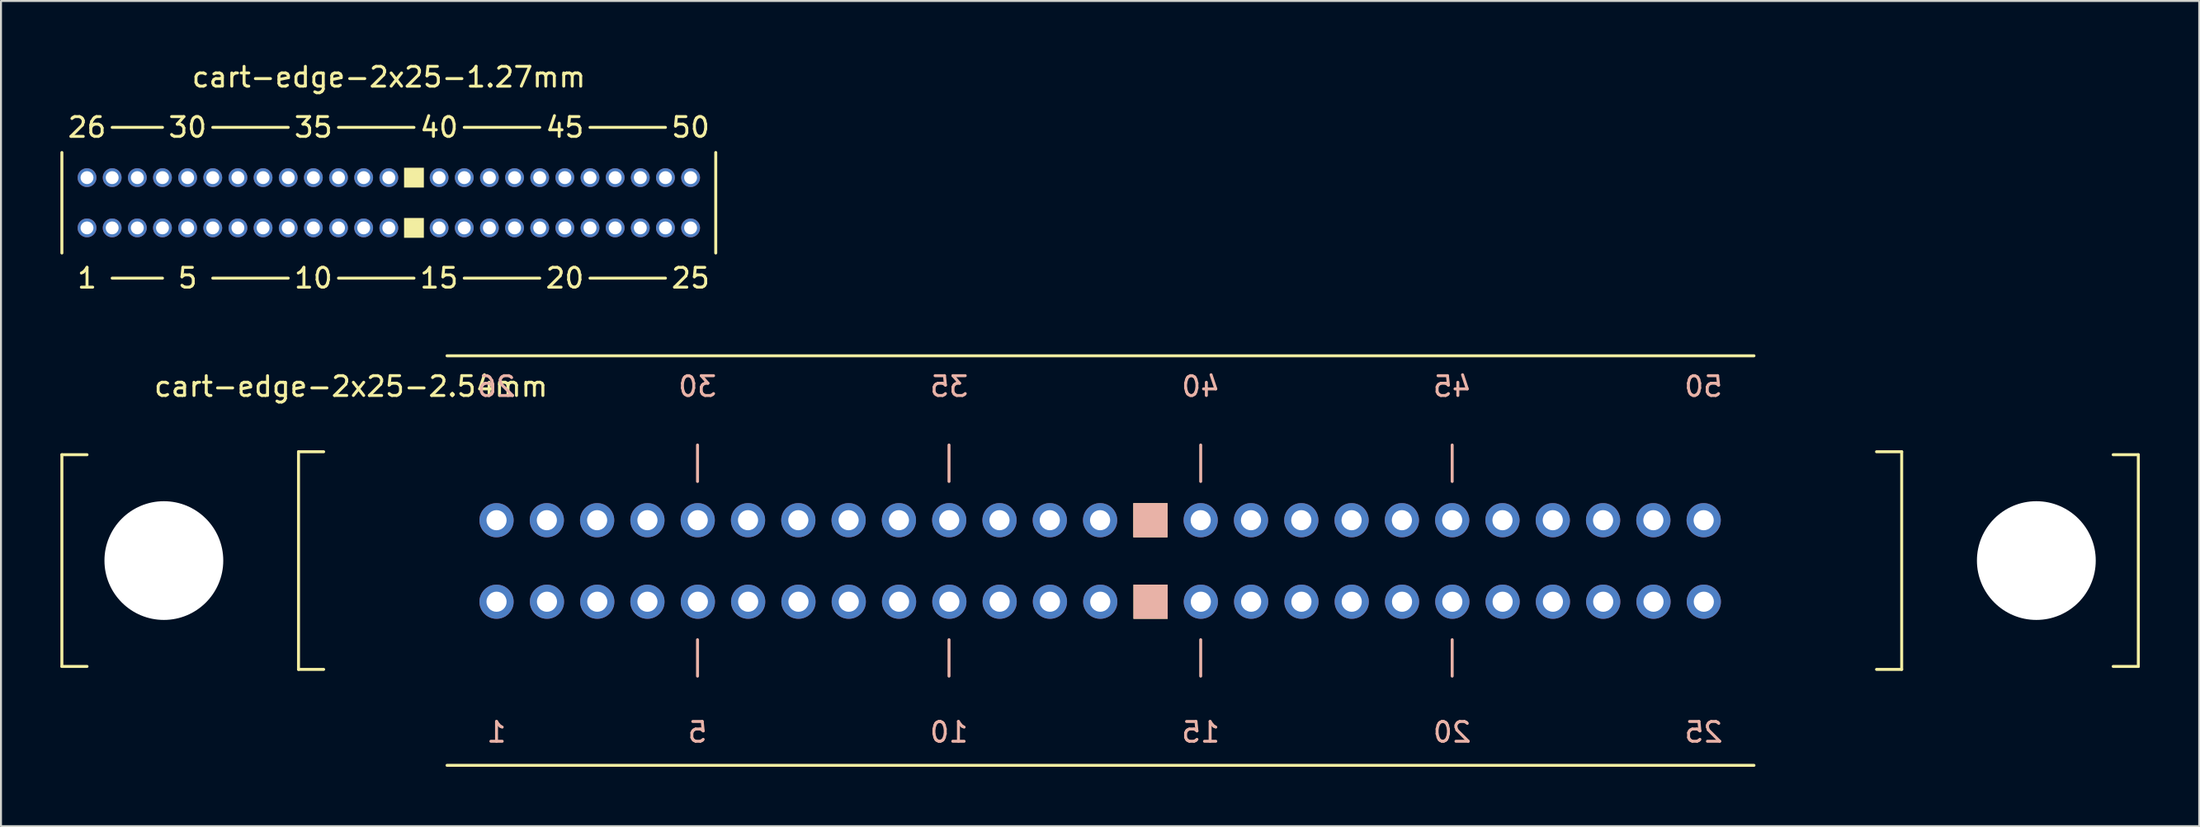
<source format=kicad_pcb>
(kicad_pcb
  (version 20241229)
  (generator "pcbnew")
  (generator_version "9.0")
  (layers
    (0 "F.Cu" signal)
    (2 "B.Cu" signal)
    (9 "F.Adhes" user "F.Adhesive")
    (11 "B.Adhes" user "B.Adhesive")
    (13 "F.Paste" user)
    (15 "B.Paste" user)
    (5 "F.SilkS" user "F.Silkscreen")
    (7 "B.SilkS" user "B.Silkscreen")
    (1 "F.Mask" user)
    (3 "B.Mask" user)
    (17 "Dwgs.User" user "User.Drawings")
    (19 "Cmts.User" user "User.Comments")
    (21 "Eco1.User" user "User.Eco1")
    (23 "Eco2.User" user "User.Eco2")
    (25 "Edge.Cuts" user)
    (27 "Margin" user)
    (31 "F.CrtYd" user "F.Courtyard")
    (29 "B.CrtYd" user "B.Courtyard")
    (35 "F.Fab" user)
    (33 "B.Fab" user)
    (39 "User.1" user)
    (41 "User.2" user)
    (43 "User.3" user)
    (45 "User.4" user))
  (footprint "cart-edge-2x25-1.27mm"
    (layer "F.Cu")
    (at 1.345 5.928)
    (property "Reference" "cart-edge-2x25-1.27mm" (at 15.24 -5.08 0) (layer "F.SilkS") (effects (font (size 1 1) (thickness 0.15))))
    (attr through_hole)
    (fp_line (start -1.27 -1.27) (end -1.27 3.81) (stroke (width 0.15) (type solid)) (layer "F.SilkS"))
    (fp_line (start 1.27 -2.54) (end 3.81 -2.54) (stroke (width 0.15) (type solid)) (layer "F.SilkS"))
    (fp_line (start 1.27 5.08) (end 3.81 5.08) (stroke (width 0.15) (type solid)) (layer "F.SilkS"))
    (fp_line (start 6.35 -2.54) (end 10.16 -2.54) (stroke (width 0.15) (type solid)) (layer "F.SilkS"))
    (fp_line (start 6.35 5.08) (end 10.16 5.08) (stroke (width 0.15) (type solid)) (layer "F.SilkS"))
    (fp_line (start 12.7 -2.54) (end 16.51 -2.54) (stroke (width 0.15) (type solid)) (layer "F.SilkS"))
    (fp_line (start 12.7 5.08) (end 16.51 5.08) (stroke (width 0.15) (type solid)) (layer "F.SilkS"))
    (fp_line (start 19.05 -2.54) (end 22.86 -2.54) (stroke (width 0.15) (type solid)) (layer "F.SilkS"))
    (fp_line (start 19.05 5.08) (end 22.86 5.08) (stroke (width 0.15) (type solid)) (layer "F.SilkS"))
    (fp_line (start 25.4 -2.54) (end 29.21 -2.54) (stroke (width 0.15) (type solid)) (layer "F.SilkS"))
    (fp_line (start 25.4 5.08) (end 29.21 5.08) (stroke (width 0.15) (type solid)) (layer "F.SilkS"))
    (fp_line (start 31.75 -1.27) (end 31.75 3.81) (stroke (width 0.15) (type solid)) (layer "F.SilkS"))
    (fp_text user "1" (at 0 5.08 0) (layer "F.SilkS") (effects (font (size 1 1) (thickness 0.15))))
    (fp_text user "25" (at 30.48 5.08 0) (layer "F.SilkS") (effects (font (size 1 1) (thickness 0.15))))
    (fp_text user "26" (at 0 -2.54 0) (layer "F.SilkS") (effects (font (size 1 1) (thickness 0.15))))
    (fp_text user "30" (at 5.08 -2.54 0) (layer "F.SilkS") (effects (font (size 1 1) (thickness 0.15))))
    (fp_text user "10" (at 11.43 5.08 0) (layer "F.SilkS") (effects (font (size 1 1) (thickness 0.15))))
    (fp_text user "20" (at 24.13 5.08 0) (layer "F.SilkS") (effects (font (size 1 1) (thickness 0.15))))
    (fp_text user "35" (at 11.43 -2.54 0) (layer "F.SilkS") (effects (font (size 1 1) (thickness 0.15))))
    (fp_text user "5" (at 5.08 5.08 0) (layer "F.SilkS") (effects (font (size 1 1) (thickness 0.15))))
    (fp_text user "50" (at 30.48 -2.54 0) (layer "F.SilkS") (effects (font (size 1 1) (thickness 0.15))))
    (fp_text user "45" (at 24.13 -2.54 0) (layer "F.SilkS") (effects (font (size 1 1) (thickness 0.15))))
    (fp_text user "40" (at 17.78 -2.54 0) (layer "F.SilkS") (effects (font (size 1 1) (thickness 0.15))))
    (fp_text user "15" (at 17.78 5.08 0) (layer "F.SilkS") (effects (font (size 1 1) (thickness 0.15))))
    (pad "" smd rect (at 16.51 0) (size 1 1) (layers "F.SilkS"))
    (pad "" smd rect (at 16.51 2.54) (size 1 1) (layers "F.SilkS"))
    (pad "1" thru_hole circle (at 0 2.54) (size 0.95 0.95) (drill 0.65) (layers "*.Cu" "*.Mask"))
    (pad "2" thru_hole circle (at 1.27 2.54) (size 0.95 0.95) (drill 0.65) (layers "*.Cu" "*.Mask"))
    (pad "3" thru_hole circle (at 2.54 2.54) (size 0.95 0.95) (drill 0.65) (layers "*.Cu" "*.Mask"))
    (pad "4" thru_hole circle (at 3.81 2.54) (size 0.95 0.95) (drill 0.65) (layers "*.Cu" "*.Mask"))
    (pad "5" thru_hole circle (at 5.08 2.54) (size 0.95 0.95) (drill 0.65) (layers "*.Cu" "*.Mask"))
    (pad "6" thru_hole circle (at 6.35 2.54) (size 0.95 0.95) (drill 0.65) (layers "*.Cu" "*.Mask"))
    (pad "7" thru_hole circle (at 7.62 2.54) (size 0.95 0.95) (drill 0.65) (layers "*.Cu" "*.Mask"))
    (pad "8" thru_hole circle (at 8.89 2.54) (size 0.95 0.95) (drill 0.65) (layers "*.Cu" "*.Mask"))
    (pad "9" thru_hole circle (at 10.16 2.54) (size 0.95 0.95) (drill 0.65) (layers "*.Cu" "*.Mask"))
    (pad "10" thru_hole circle (at 11.43 2.54) (size 0.95 0.95) (drill 0.65) (layers "*.Cu" "*.Mask"))
    (pad "11" thru_hole circle (at 12.7 2.54) (size 0.95 0.95) (drill 0.65) (layers "*.Cu" "*.Mask"))
    (pad "12" thru_hole circle (at 13.97 2.54) (size 0.95 0.95) (drill 0.65) (layers "*.Cu" "*.Mask"))
    (pad "13" thru_hole circle (at 15.24 2.54) (size 0.95 0.95) (drill 0.65) (layers "*.Cu" "*.Mask"))
    (pad "15" thru_hole circle (at 17.78 2.54) (size 0.95 0.95) (drill 0.65) (layers "*.Cu" "*.Mask"))
    (pad "16" thru_hole circle (at 19.05 2.54) (size 0.95 0.95) (drill 0.65) (layers "*.Cu" "*.Mask"))
    (pad "17" thru_hole circle (at 20.32 2.54) (size 0.95 0.95) (drill 0.65) (layers "*.Cu" "*.Mask"))
    (pad "18" thru_hole circle (at 21.59 2.54) (size 0.95 0.95) (drill 0.65) (layers "*.Cu" "*.Mask"))
    (pad "19" thru_hole circle (at 22.86 2.54) (size 0.95 0.95) (drill 0.65) (layers "*.Cu" "*.Mask"))
    (pad "20" thru_hole circle (at 24.13 2.54) (size 0.95 0.95) (drill 0.65) (layers "*.Cu" "*.Mask"))
    (pad "21" thru_hole circle (at 25.4 2.54) (size 0.95 0.95) (drill 0.65) (layers "*.Cu" "*.Mask"))
    (pad "22" thru_hole circle (at 26.67 2.54) (size 0.95 0.95) (drill 0.65) (layers "*.Cu" "*.Mask"))
    (pad "23" thru_hole circle (at 27.94 2.54) (size 0.95 0.95) (drill 0.65) (layers "*.Cu" "*.Mask"))
    (pad "24" thru_hole circle (at 29.21 2.54) (size 0.95 0.95) (drill 0.65) (layers "*.Cu" "*.Mask"))
    (pad "25" thru_hole circle (at 30.48 2.54) (size 0.95 0.95) (drill 0.65) (layers "*.Cu" "*.Mask"))
    (pad "26" thru_hole circle (at 0 0) (size 0.95 0.95) (drill 0.65) (layers "*.Cu" "*.Mask"))
    (pad "27" thru_hole circle (at 1.27 0) (size 0.95 0.95) (drill 0.65) (layers "*.Cu" "*.Mask"))
    (pad "28" thru_hole circle (at 2.54 0) (size 0.95 0.95) (drill 0.65) (layers "*.Cu" "*.Mask"))
    (pad "29" thru_hole circle (at 3.81 0) (size 0.95 0.95) (drill 0.65) (layers "*.Cu" "*.Mask"))
    (pad "30" thru_hole circle (at 5.08 0) (size 0.95 0.95) (drill 0.65) (layers "*.Cu" "*.Mask"))
    (pad "31" thru_hole circle (at 6.35 0) (size 0.95 0.95) (drill 0.65) (layers "*.Cu" "*.Mask"))
    (pad "32" thru_hole circle (at 7.62 0) (size 0.95 0.95) (drill 0.65) (layers "*.Cu" "*.Mask"))
    (pad "33" thru_hole circle (at 8.89 0) (size 0.95 0.95) (drill 0.65) (layers "*.Cu" "*.Mask"))
    (pad "34" thru_hole circle (at 10.16 0) (size 0.95 0.95) (drill 0.65) (layers "*.Cu" "*.Mask"))
    (pad "35" thru_hole circle (at 11.43 0) (size 0.95 0.95) (drill 0.65) (layers "*.Cu" "*.Mask"))
    (pad "36" thru_hole circle (at 12.7 0) (size 0.95 0.95) (drill 0.65) (layers "*.Cu" "*.Mask"))
    (pad "37" thru_hole circle (at 13.97 0) (size 0.95 0.95) (drill 0.65) (layers "*.Cu" "*.Mask"))
    (pad "38" thru_hole circle (at 15.24 0) (size 0.95 0.95) (drill 0.65) (layers "*.Cu" "*.Mask"))
    (pad "40" thru_hole circle (at 17.78 0) (size 0.95 0.95) (drill 0.65) (layers "*.Cu" "*.Mask"))
    (pad "41" thru_hole circle (at 19.05 0) (size 0.95 0.95) (drill 0.65) (layers "*.Cu" "*.Mask"))
    (pad "42" thru_hole circle (at 20.32 0) (size 0.95 0.95) (drill 0.65) (layers "*.Cu" "*.Mask"))
    (pad "43" thru_hole circle (at 21.59 0) (size 0.95 0.95) (drill 0.65) (layers "*.Cu" "*.Mask"))
    (pad "44" thru_hole circle (at 22.86 0) (size 0.95 0.95) (drill 0.65) (layers "*.Cu" "*.Mask"))
    (pad "45" thru_hole circle (at 24.13 0) (size 0.95 0.95) (drill 0.65) (layers "*.Cu" "*.Mask"))
    (pad "46" thru_hole circle (at 25.4 0) (size 0.95 0.95) (drill 0.65) (layers "*.Cu" "*.Mask"))
    (pad "47" thru_hole circle (at 26.67 0) (size 0.95 0.95) (drill 0.65) (layers "*.Cu" "*.Mask"))
    (pad "48" thru_hole circle (at 27.94 0) (size 0.95 0.95) (drill 0.65) (layers "*.Cu" "*.Mask"))
    (pad "49" thru_hole circle (at 29.21 0) (size 0.95 0.95) (drill 0.65) (layers "*.Cu" "*.Mask"))
    (pad "50" thru_hole circle (at 30.48 0) (size 0.95 0.95) (drill 0.65) (layers "*.Cu" "*.Mask")))
  (footprint "cart-edge-2x25-2.54mm"
    (layer "F.Cu")
    (at 22.025 25.282)
    (property "Reference" "cart-edge-2x25-2.54mm" (at -7.35 -8.8 0) (layer "F.SilkS") (effects (font (size 1 1) (thickness 0.15))))
    (attr through_hole)
    (fp_line (start -21.95 -5.35) (end -21.95 5.35) (stroke (width 0.15) (type solid)) (layer "F.SilkS"))
    (fp_line (start -21.95 -5.35) (end -20.68 -5.35) (stroke (width 0.15) (type solid)) (layer "F.SilkS"))
    (fp_line (start -21.95 5.35) (end -20.68 5.35) (stroke (width 0.15) (type solid)) (layer "F.SilkS"))
    (fp_line (start -10 -5.5) (end -10 5.5) (stroke (width 0.15) (type solid)) (layer "F.SilkS"))
    (fp_line (start -10 -5.5) (end -8.73 -5.5) (stroke (width 0.15) (type solid)) (layer "F.SilkS"))
    (fp_line (start -8.73 5.5) (end -10 5.5) (stroke (width 0.15) (type solid)) (layer "F.SilkS"))
    (fp_line (start -2.5 -10.35) (end 63.5 -10.35) (stroke (width 0.15) (type solid)) (layer "F.SilkS"))
    (fp_line (start -2.5 10.35) (end 63.5 10.35) (stroke (width 0.15) (type solid)) (layer "F.SilkS"))
    (fp_line (start 69.69 -5.5) (end 70.96 -5.5) (stroke (width 0.15) (type solid)) (layer "F.SilkS"))
    (fp_line (start 70.96 -5.5) (end 70.96 5.5) (stroke (width 0.15) (type solid)) (layer "F.SilkS"))
    (fp_line (start 70.96 5.5) (end 69.69 5.5) (stroke (width 0.15) (type solid)) (layer "F.SilkS"))
    (fp_line (start 81.64 -5.35) (end 82.91 -5.35) (stroke (width 0.15) (type solid)) (layer "F.SilkS"))
    (fp_line (start 81.64 5.35) (end 82.91 5.35) (stroke (width 0.15) (type solid)) (layer "F.SilkS"))
    (fp_line (start 82.91 -5.35) (end 82.91 5.35) (stroke (width 0.15) (type solid)) (layer "F.SilkS"))
    (fp_line (start 10.15 -4) (end 10.15 -5.84) (stroke (width 0.15) (type solid)) (layer "B.SilkS"))
    (fp_line (start 10.15 5.84) (end 10.15 4) (stroke (width 0.15) (type solid)) (layer "B.SilkS"))
    (fp_line (start 22.85 -4) (end 22.85 -5.84) (stroke (width 0.15) (type solid)) (layer "B.SilkS"))
    (fp_line (start 22.85 5.84) (end 22.85 4) (stroke (width 0.15) (type solid)) (layer "B.SilkS"))
    (fp_line (start 35.56 -4) (end 35.56 -5.84) (stroke (width 0.15) (type solid)) (layer "B.SilkS"))
    (fp_line (start 35.56 5.84) (end 35.56 4) (stroke (width 0.15) (type solid)) (layer "B.SilkS"))
    (fp_line (start 48.26 -4) (end 48.26 -5.84) (stroke (width 0.15) (type solid)) (layer "B.SilkS"))
    (fp_line (start 48.26 5.84) (end 48.26 4) (stroke (width 0.15) (type solid)) (layer "B.SilkS"))
    (fp_text user "45" (at 48.26 -8.799 0) (layer "B.SilkS") (effects (font (size 1 1) (thickness 0.15)) (justify mirror)))
    (fp_text user "1" (at 0 8.677 0) (layer "B.SilkS") (effects (font (size 1 1) (thickness 0.15)) (justify mirror)))
    (fp_text user "20" (at 48.26 8.677 0) (layer "B.SilkS") (effects (font (size 1 1) (thickness 0.15)) (justify mirror)))
    (fp_text user "15" (at 35.56 8.677 0) (layer "B.SilkS") (effects (font (size 1 1) (thickness 0.15)) (justify mirror)))
    (fp_text user "10" (at 22.85 8.677 0) (layer "B.SilkS") (effects (font (size 1 1) (thickness 0.15)) (justify mirror)))
    (fp_text user "30" (at 10.15 -8.799 0) (layer "B.SilkS") (effects (font (size 1 1) (thickness 0.15)) (justify mirror)))
    (fp_text user "50" (at 60.95 -8.799 0) (layer "B.SilkS") (effects (font (size 1 1) (thickness 0.15)) (justify mirror)))
    (fp_text user "5" (at 10.15 8.677 0) (layer "B.SilkS") (effects (font (size 1 1) (thickness 0.15)) (justify mirror)))
    (fp_text user "25" (at 60.96 8.677 0) (layer "B.SilkS") (effects (font (size 1 1) (thickness 0.15)) (justify mirror)))
    (fp_text user "26" (at 0 -8.799 0) (layer "B.SilkS") (effects (font (size 1 1) (thickness 0.15)) (justify mirror)))
    (fp_text user "40" (at 35.56 -8.799 0) (layer "B.SilkS") (effects (font (size 1 1) (thickness 0.15)) (justify mirror)))
    (fp_text user "35" (at 22.86 -8.799 0) (layer "B.SilkS") (effects (font (size 1 1) (thickness 0.15)) (justify mirror)))
    (pad "" np_thru_hole circle (at -16.8 0) (size 6 6) (drill 6) (layers "*.Cu"))
    (pad "" smd rect (at 33.02 -2.04) (size 1.727 1.727) (layers "F.SilkS"))
    (pad "" smd rect (at 33.02 -2.04) (size 1.727 1.727) (layers "B.SilkS"))
    (pad "" smd rect (at 33.027 2.08) (size 1.727 1.727) (layers "F.SilkS"))
    (pad "" smd rect (at 33.03 2.08) (size 1.727 1.727) (layers "B.SilkS"))
    (pad "" np_thru_hole circle (at 77.76 0) (size 6 6) (drill 6) (layers "*.Cu"))
    (pad "1" thru_hole oval (at 0 2.08) (size 1.727 1.727) (drill 1.016) (layers "*.Cu" "*.Mask"))
    (pad "2" thru_hole oval (at 2.547 2.08) (size 1.727 1.727) (drill 1.016) (layers "*.Cu" "*.Mask"))
    (pad "3" thru_hole oval (at 5.087 2.08) (size 1.727 1.727) (drill 1.016) (layers "*.Cu" "*.Mask"))
    (pad "4" thru_hole oval (at 7.62 2.08) (size 1.727 1.727) (drill 1.016) (layers "*.Cu" "*.Mask"))
    (pad "5" thru_hole oval (at 10.167 2.08) (size 1.727 1.727) (drill 1.016) (layers "*.Cu" "*.Mask"))
    (pad "6" thru_hole oval (at 12.707 2.08) (size 1.727 1.727) (drill 1.016) (layers "*.Cu" "*.Mask"))
    (pad "7" thru_hole oval (at 15.247 2.08) (size 1.727 1.727) (drill 1.016) (layers "*.Cu" "*.Mask"))
    (pad "8" thru_hole oval (at 17.787 2.08) (size 1.727 1.727) (drill 1.016) (layers "*.Cu" "*.Mask"))
    (pad "9" thru_hole oval (at 20.327 2.08) (size 1.727 1.727) (drill 1.016) (layers "*.Cu" "*.Mask"))
    (pad "10" thru_hole oval (at 22.867 2.08) (size 1.727 1.727) (drill 1.016) (layers "*.Cu" "*.Mask"))
    (pad "11" thru_hole oval (at 25.407 2.08) (size 1.727 1.727) (drill 1.016) (layers "*.Cu" "*.Mask"))
    (pad "12" thru_hole oval (at 27.947 2.08) (size 1.727 1.727) (drill 1.016) (layers "*.Cu" "*.Mask"))
    (pad "13" thru_hole oval (at 30.487 2.08) (size 1.727 1.727) (drill 1.016) (layers "*.Cu" "*.Mask"))
    (pad "15" thru_hole oval (at 35.567 2.08) (size 1.727 1.727) (drill 1.016) (layers "*.Cu" "*.Mask"))
    (pad "16" thru_hole oval (at 38.107 2.08) (size 1.727 1.727) (drill 1.016) (layers "*.Cu" "*.Mask"))
    (pad "17" thru_hole oval (at 40.647 2.08) (size 1.727 1.727) (drill 1.016) (layers "*.Cu" "*.Mask"))
    (pad "18" thru_hole oval (at 43.187 2.08) (size 1.727 1.727) (drill 1.016) (layers "*.Cu" "*.Mask"))
    (pad "19" thru_hole oval (at 45.727 2.08) (size 1.727 1.727) (drill 1.016) (layers "*.Cu" "*.Mask"))
    (pad "20" thru_hole oval (at 48.267 2.08) (size 1.727 1.727) (drill 1.016) (layers "*.Cu" "*.Mask"))
    (pad "21" thru_hole oval (at 50.807 2.08) (size 1.727 1.727) (drill 1.016) (layers "*.Cu" "*.Mask"))
    (pad "22" thru_hole oval (at 53.347 2.08) (size 1.727 1.727) (drill 1.016) (layers "*.Cu" "*.Mask"))
    (pad "23" thru_hole oval (at 55.887 2.08) (size 1.727 1.727) (drill 1.016) (layers "*.Cu" "*.Mask"))
    (pad "24" thru_hole oval (at 58.427 2.08) (size 1.727 1.727) (drill 1.016) (layers "*.Cu" "*.Mask"))
    (pad "25" thru_hole oval (at 60.967 2.08) (size 1.727 1.727) (drill 1.016) (layers "*.Cu" "*.Mask"))
    (pad "26" thru_hole oval (at 0 -2.04) (size 1.727 1.727) (drill 1.016) (layers "*.Cu" "*.Mask"))
    (pad "27" thru_hole oval (at 2.54 -2.04) (size 1.727 1.727) (drill 1.016) (layers "*.Cu" "*.Mask"))
    (pad "28" thru_hole oval (at 5.08 -2.04) (size 1.727 1.727) (drill 1.016) (layers "*.Cu" "*.Mask"))
    (pad "29" thru_hole oval (at 7.62 -2.04) (size 1.727 1.727) (drill 1.016) (layers "*.Cu" "*.Mask"))
    (pad "30" thru_hole oval (at 10.16 -2.04) (size 1.727 1.727) (drill 1.016) (layers "*.Cu" "*.Mask"))
    (pad "31" thru_hole oval (at 12.7 -2.04) (size 1.727 1.727) (drill 1.016) (layers "*.Cu" "*.Mask"))
    (pad "32" thru_hole oval (at 15.24 -2.04) (size 1.727 1.727) (drill 1.016) (layers "*.Cu" "*.Mask"))
    (pad "33" thru_hole oval (at 17.78 -2.04) (size 1.727 1.727) (drill 1.016) (layers "*.Cu" "*.Mask"))
    (pad "34" thru_hole oval (at 20.32 -2.04) (size 1.727 1.727) (drill 1.016) (layers "*.Cu" "*.Mask"))
    (pad "35" thru_hole oval (at 22.86 -2.04) (size 1.727 1.727) (drill 1.016) (layers "*.Cu" "*.Mask"))
    (pad "36" thru_hole oval (at 25.4 -2.04) (size 1.727 1.727) (drill 1.016) (layers "*.Cu" "*.Mask"))
    (pad "37" thru_hole oval (at 27.94 -2.04) (size 1.727 1.727) (drill 1.016) (layers "*.Cu" "*.Mask"))
    (pad "38" thru_hole oval (at 30.48 -2.04) (size 1.727 1.727) (drill 1.016) (layers "*.Cu" "*.Mask"))
    (pad "40" thru_hole oval (at 35.56 -2.04) (size 1.727 1.727) (drill 1.016) (layers "*.Cu" "*.Mask"))
    (pad "41" thru_hole oval (at 38.1 -2.04) (size 1.727 1.727) (drill 1.016) (layers "*.Cu" "*.Mask"))
    (pad "42" thru_hole oval (at 40.64 -2.04) (size 1.727 1.727) (drill 1.016) (layers "*.Cu" "*.Mask"))
    (pad "43" thru_hole oval (at 43.18 -2.04) (size 1.727 1.727) (drill 1.016) (layers "*.Cu" "*.Mask"))
    (pad "44" thru_hole oval (at 45.72 -2.04) (size 1.727 1.727) (drill 1.016) (layers "*.Cu" "*.Mask"))
    (pad "45" thru_hole oval (at 48.26 -2.04) (size 1.727 1.727) (drill 1.016) (layers "*.Cu" "*.Mask"))
    (pad "46" thru_hole oval (at 50.8 -2.04) (size 1.727 1.727) (drill 1.016) (layers "*.Cu" "*.Mask"))
    (pad "47" thru_hole oval (at 53.34 -2.04) (size 1.727 1.727) (drill 1.016) (layers "*.Cu" "*.Mask"))
    (pad "48" thru_hole oval (at 55.88 -2.04) (size 1.727 1.727) (drill 1.016) (layers "*.Cu" "*.Mask"))
    (pad "49" thru_hole oval (at 58.42 -2.04) (size 1.727 1.727) (drill 1.016) (layers "*.Cu" "*.Mask"))
    (pad "50" thru_hole oval (at 60.96 -2.04) (size 1.727 1.727) (drill 1.016) (layers "*.Cu" "*.Mask")))
  (gr_rect
    (start -3 -3)
    (end 108.01 38.706)
    (stroke (width 0.1) (type default))
    (fill no)
    (layer "Edge.Cuts")))
</source>
